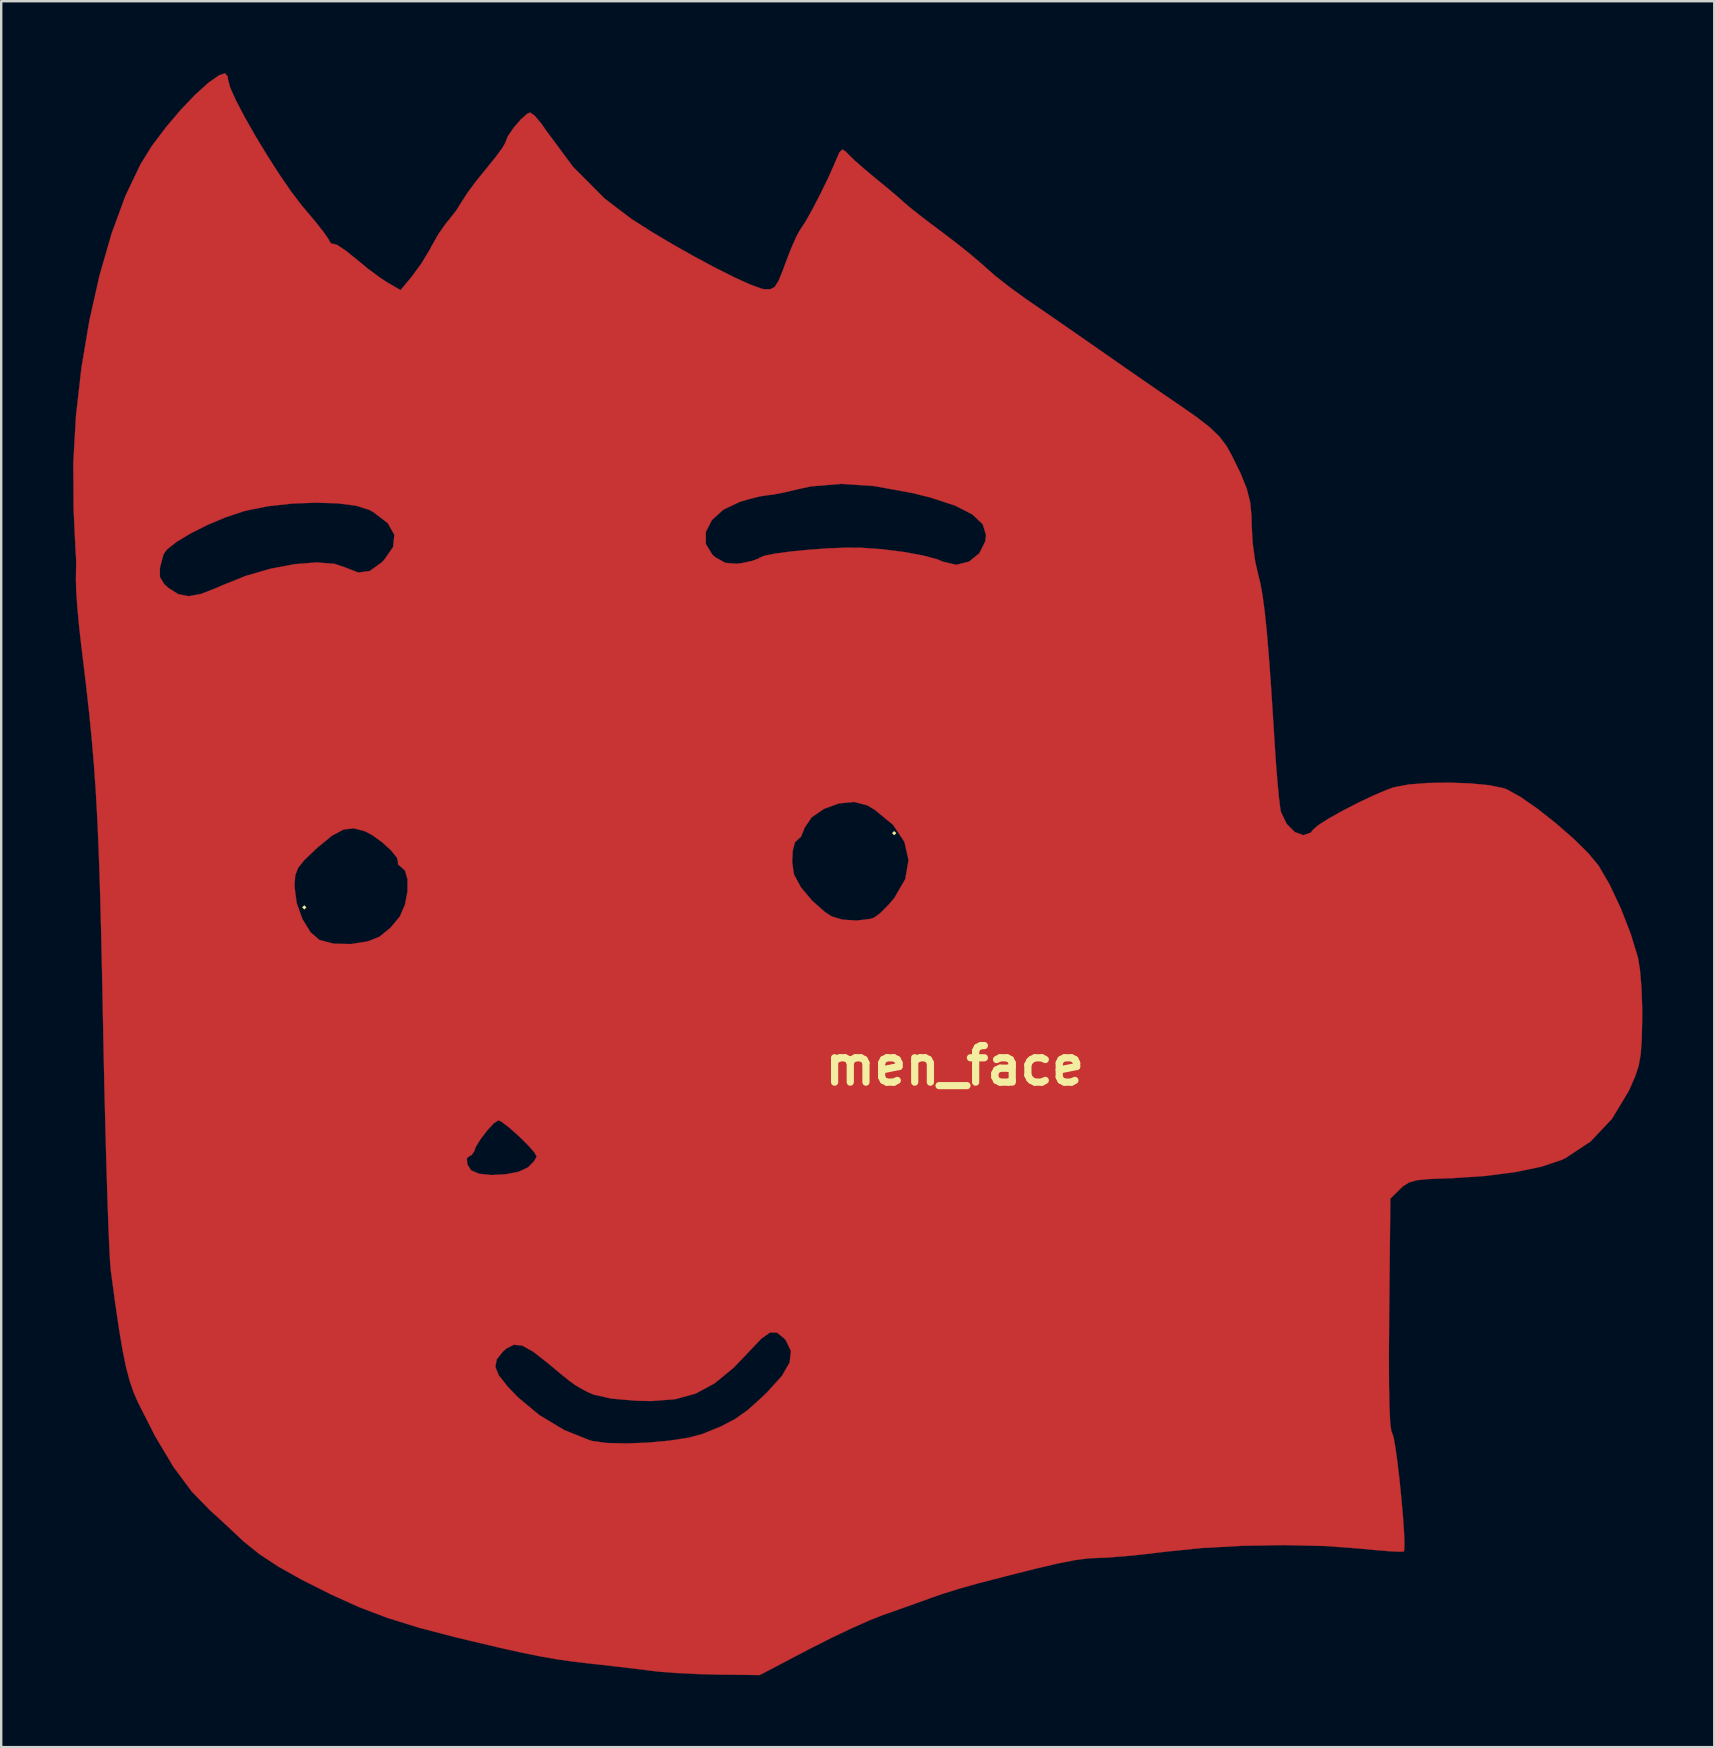
<source format=kicad_pcb>
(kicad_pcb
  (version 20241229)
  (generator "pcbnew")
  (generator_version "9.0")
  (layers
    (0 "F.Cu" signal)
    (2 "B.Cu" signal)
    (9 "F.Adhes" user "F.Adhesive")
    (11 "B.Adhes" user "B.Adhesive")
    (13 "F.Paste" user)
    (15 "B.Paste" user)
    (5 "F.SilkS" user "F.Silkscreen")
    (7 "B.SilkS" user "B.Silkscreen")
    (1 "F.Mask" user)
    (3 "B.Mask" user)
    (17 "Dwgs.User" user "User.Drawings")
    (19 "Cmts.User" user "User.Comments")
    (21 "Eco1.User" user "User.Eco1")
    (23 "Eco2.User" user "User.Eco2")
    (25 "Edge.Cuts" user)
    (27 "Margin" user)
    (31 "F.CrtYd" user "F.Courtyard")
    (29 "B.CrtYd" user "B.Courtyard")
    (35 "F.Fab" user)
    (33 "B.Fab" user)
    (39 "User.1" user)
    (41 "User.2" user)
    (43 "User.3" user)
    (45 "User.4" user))
  (footprint "men_face"
    (layer "F.Cu")
    (at 36.741 41.361)
    (property "Reference" "men_face" (at 0 0 0) (layer "F.SilkS") (effects (font (size 1.524 1.524) (thickness 0.3))))
    (attr through_hole)
    (fp_poly (pts (xy -30.302 -41.222) (xy -30.285 -41.085) (xy -30.197 -40.759) (xy -29.957 -40.224) (xy -29.598 -39.538) (xy -29.155 -38.758) (xy -28.662 -37.943) (xy -28.153 -37.148) (xy -27.662 -36.434) (xy -27.223 -35.856) (xy -27.104 -35.715) (xy -26.655 -35.184) (xy -26.302 -34.735) (xy -26.09 -34.43) (xy -26.051 -34.34) (xy -25.959 -34.238) (xy -25.917 -34.256) (xy -25.735 -34.2) (xy -25.391 -33.973) (xy -24.981 -33.643) (xy -24.462 -33.217) (xy -23.948 -32.835) (xy -23.639 -32.634) (xy -23.098 -32.32) (xy -22.623 -32.89) (xy -22.233 -33.424) (xy -21.873 -34.019) (xy -21.814 -34.135) (xy -21.522 -34.649) (xy -21.204 -35.103) (xy -21.12 -35.202) (xy -20.778 -35.635) (xy -20.53 -36.03) (xy -20.311 -36.371) (xy -19.952 -36.855) (xy -19.529 -37.378) (xy -19.513 -37.398) (xy -19.132 -37.867) (xy -18.852 -38.249) (xy -18.727 -38.47) (xy -18.724 -38.485) (xy -18.624 -38.736) (xy -18.382 -39.088) (xy -18.083 -39.435) (xy -17.814 -39.674) (xy -17.698 -39.722) (xy -17.509 -39.591) (xy -17.23 -39.261) (xy -17.026 -38.965) (xy -15.903 -37.452) (xy -14.591 -36.135) (xy -13.479 -35.289) (xy -12.667 -34.771) (xy -11.776 -34.24) (xy -10.86 -33.723) (xy -9.976 -33.249) (xy -9.177 -32.848) (xy -8.519 -32.55) (xy -8.058 -32.382) (xy -7.928 -32.356) (xy -7.681 -32.359) (xy -7.502 -32.454) (xy -7.343 -32.707) (xy -7.152 -33.178) (xy -7.05 -33.46) (xy -6.822 -34.052) (xy -6.606 -34.543) (xy -6.446 -34.832) (xy -6.437 -34.844) (xy -6.234 -35.15) (xy -5.945 -35.663) (xy -5.618 -36.292) (xy -5.298 -36.946) (xy -5.033 -37.534) (xy -4.976 -37.671) (xy -4.809 -38.059) (xy -4.687 -38.184) (xy -4.537 -38.09) (xy -4.437 -37.982) (xy -4.166 -37.718) (xy -3.733 -37.338) (xy -3.261 -36.946) (xy -2.771 -36.544) (xy -2.353 -36.19) (xy -2.105 -35.967) (xy -1.862 -35.76) (xy -1.429 -35.418) (xy -0.879 -34.998) (xy -0.556 -34.757) (xy 0.078 -34.274) (xy 0.682 -33.79) (xy 1.158 -33.383) (xy 1.301 -33.251) (xy 1.697 -32.906) (xy 2.268 -32.459) (xy 2.913 -31.989) (xy 3.175 -31.807) (xy 3.827 -31.36) (xy 4.642 -30.797) (xy 5.516 -30.191) (xy 6.346 -29.612) (xy 6.35 -29.609) (xy 7.145 -29.055) (xy 7.954 -28.494) (xy 8.686 -27.99) (xy 9.248 -27.607) (xy 9.281 -27.585) (xy 10.067 -27.039) (xy 10.63 -26.601) (xy 11.029 -26.216) (xy 11.322 -25.83) (xy 11.519 -25.481) (xy 11.914 -24.678) (xy 12.167 -24.051) (xy 12.308 -23.5) (xy 12.367 -22.923) (xy 12.374 -22.521) (xy 12.416 -21.773) (xy 12.523 -20.999) (xy 12.634 -20.51) (xy 12.736 -20.102) (xy 12.829 -19.587) (xy 12.916 -18.932) (xy 13.002 -18.103) (xy 13.089 -17.065) (xy 13.182 -15.784) (xy 13.282 -14.226) (xy 13.327 -13.492) (xy 13.387 -12.586) (xy 13.453 -11.77) (xy 13.517 -11.111) (xy 13.573 -10.677) (xy 13.598 -10.561) (xy 13.838 -10.068) (xy 14.171 -9.735) (xy 14.525 -9.602) (xy 14.833 -9.707) (xy 14.931 -9.83) (xy 15.142 -10.016) (xy 15.576 -10.292) (xy 16.158 -10.618) (xy 16.811 -10.955) (xy 17.461 -11.263) (xy 18.03 -11.503) (xy 18.317 -11.602) (xy 18.915 -11.715) (xy 19.703 -11.778) (xy 20.587 -11.793) (xy 21.471 -11.762) (xy 22.258 -11.687) (xy 22.854 -11.568) (xy 23.009 -11.513) (xy 23.586 -11.193) (xy 24.297 -10.697) (xy 25.059 -10.095) (xy 25.791 -9.455) (xy 26.409 -8.846) (xy 26.831 -8.335) (xy 26.831 -8.335) (xy 27.295 -7.54) (xy 27.759 -6.551) (xy 28.17 -5.497) (xy 28.473 -4.505) (xy 28.477 -4.488) (xy 28.558 -3.982) (xy 28.618 -3.262) (xy 28.649 -2.438) (xy 28.649 -1.883) (xy 28.63 -1.061) (xy 28.587 -0.465) (xy 28.503 0.004) (xy 28.358 0.446) (xy 28.133 0.961) (xy 28.086 1.063) (xy 27.39 2.217) (xy 26.499 3.162) (xy 25.459 3.85) (xy 25.273 3.937) (xy 24.454 4.211) (xy 23.379 4.435) (xy 22.115 4.599) (xy 20.728 4.692) (xy 20.458 4.7) (xy 19.733 4.729) (xy 19.252 4.778) (xy 18.933 4.869) (xy 18.695 5.019) (xy 18.562 5.142) (xy 18.154 5.543) (xy 18.105 10.368) (xy 18.094 11.994) (xy 18.098 13.295) (xy 18.117 14.272) (xy 18.151 14.925) (xy 18.2 15.256) (xy 18.224 15.298) (xy 18.288 15.482) (xy 18.366 15.921) (xy 18.451 16.545) (xy 18.537 17.283) (xy 18.616 18.065) (xy 18.681 18.82) (xy 18.726 19.48) (xy 18.743 19.973) (xy 18.725 20.23) (xy 18.716 20.248) (xy 18.534 20.259) (xy 18.099 20.238) (xy 17.481 20.187) (xy 16.933 20.132) (xy 15.446 20.022) (xy 13.76 19.983) (xy 11.996 20.012) (xy 10.274 20.107) (xy 8.743 20.263) (xy 7.897 20.365) (xy 7.086 20.447) (xy 6.411 20.5) (xy 6.029 20.515) (xy 5.555 20.538) (xy 4.995 20.612) (xy 4.288 20.751) (xy 3.373 20.965) (xy 2.605 21.158) (xy 2.14 21.277) (xy 1.511 21.439) (xy 0.977 21.576) (xy 0.244 21.782) (xy -0.525 22.022) (xy -0.977 22.178) (xy -1.626 22.414) (xy -2.394 22.687) (xy -2.969 22.888) (xy -3.536 23.111) (xy -4.293 23.448) (xy -5.148 23.854) (xy -6.004 24.286) (xy -6.097 24.334) (xy -8.129 25.4) (xy -9.885 25.379) (xy -10.737 25.357) (xy -11.588 25.315) (xy -12.311 25.26) (xy -12.619 25.225) (xy -13.232 25.147) (xy -14.031 25.052) (xy -14.878 24.956) (xy -15.201 24.921) (xy -15.919 24.837) (xy -16.6 24.739) (xy -17.31 24.615) (xy -18.113 24.451) (xy -19.073 24.236) (xy -20.256 23.956) (xy -20.836 23.816) (xy -22.343 23.423) (xy -23.631 23.022) (xy -24.805 22.577) (xy -25.971 22.051) (xy -25.978 22.048) (xy -27.216 21.426) (xy -28.2 20.873) (xy -28.985 20.355) (xy -29.628 19.839) (xy -29.804 19.676) (xy -30.293 19.215) (xy -30.768 18.776) (xy -31.025 18.546) (xy -31.801 17.748) (xy -32.56 16.726) (xy -33.324 15.446) (xy -34.04 14.036) (xy -34.227 13.605) (xy -34.389 13.131) (xy -34.538 12.567) (xy -34.54 12.555) (xy -19.147 12.555) (xy -18.998 12.918) (xy -18.625 13.388) (xy -18.209 13.821) (xy -17.314 14.566) (xy -16.28 15.187) (xy -15.239 15.606) (xy -15.096 15.646) (xy -14.503 15.728) (xy -13.698 15.748) (xy -12.787 15.713) (xy -11.878 15.629) (xy -11.076 15.504) (xy -10.502 15.348) (xy -9.734 15.033) (xy -9.148 14.726) (xy -8.626 14.353) (xy -8.05 13.837) (xy -7.811 13.605) (xy -7.205 12.935) (xy -6.881 12.376) (xy -6.827 11.894) (xy -7.035 11.456) (xy -7.108 11.37) (xy -7.409 11.127) (xy -7.705 11.125) (xy -8.062 11.38) (xy -8.341 11.674) (xy -9.21 12.585) (xy -10.004 13.238) (xy -10.793 13.666) (xy -11.649 13.903) (xy -12.643 13.98) (xy -13.27 13.967) (xy -14.303 13.878) (xy -15.035 13.716) (xy -15.29 13.609) (xy -15.584 13.452) (xy -15.812 13.316) (xy -16.05 13.146) (xy -16.372 12.888) (xy -16.855 12.486) (xy -16.97 12.39) (xy -17.576 11.918) (xy -18.024 11.67) (xy -18.374 11.632) (xy -18.687 11.79) (xy -18.843 11.93) (xy -19.089 12.244) (xy -19.147 12.555) (xy -34.54 12.555) (xy -34.682 11.863) (xy -34.831 10.975) (xy -34.995 9.854) (xy -35.171 8.548) (xy -35.203 8.172) (xy -35.238 7.504) (xy -35.276 6.579) (xy -35.316 5.43) (xy -35.357 4.093) (xy -35.364 3.86) (xy -20.336 3.86) (xy -20.314 4.119) (xy -20.157 4.364) (xy -19.831 4.507) (xy -19.313 4.561) (xy -18.721 4.531) (xy -18.175 4.424) (xy -17.793 4.246) (xy -17.788 4.243) (xy -17.524 3.975) (xy -17.422 3.786) (xy -17.535 3.596) (xy -17.82 3.28) (xy -18.195 2.914) (xy -18.578 2.575) (xy -18.888 2.34) (xy -19.021 2.279) (xy -19.21 2.402) (xy -19.485 2.699) (xy -19.766 3.068) (xy -19.971 3.403) (xy -20.027 3.571) (xy -20.144 3.738) (xy -20.19 3.745) (xy -20.336 3.86) (xy -35.364 3.86) (xy -35.398 2.602) (xy -35.438 0.989) (xy -35.475 -0.709) (xy -35.494 -1.71) (xy -35.538 -3.902) (xy -35.581 -5.81) (xy -35.626 -7.455) (xy -27.517 -7.455) (xy -27.426 -6.774) (xy -27.187 -6.106) (xy -26.849 -5.556) (xy -26.477 -5.236) (xy -25.892 -5.082) (xy -25.168 -5.066) (xy -24.458 -5.178) (xy -23.974 -5.372) (xy -23.514 -5.747) (xy -23.131 -6.208) (xy -23.12 -6.226) (xy -22.914 -6.708) (xy -22.808 -7.253) (xy -22.806 -7.76) (xy -22.911 -8.128) (xy -23.038 -8.245) (xy -23.208 -8.391) (xy -23.2 -8.47) (xy -23.204 -8.486) (xy -6.775 -8.486) (xy -6.715 -8.033) (xy -6.687 -7.938) (xy -6.41 -7.428) (xy -5.948 -6.877) (xy -5.405 -6.397) (xy -5.129 -6.217) (xy -4.677 -6.083) (xy -4.086 -6.046) (xy -3.526 -6.114) (xy -3.37 -6.163) (xy -3.108 -6.351) (xy -2.752 -6.71) (xy -2.516 -6.988) (xy -2.062 -7.774) (xy -1.926 -8.562) (xy -2.097 -9.324) (xy -2.57 -10.034) (xy -3.335 -10.664) (xy -3.645 -10.847) (xy -4.192 -10.989) (xy -4.826 -10.928) (xy -5.449 -10.702) (xy -5.962 -10.349) (xy -6.266 -9.906) (xy -6.287 -9.837) (xy -6.408 -9.539) (xy -6.518 -9.444) (xy -6.664 -9.301) (xy -6.754 -8.945) (xy -6.775 -8.486) (xy -23.204 -8.486) (xy -23.249 -8.668) (xy -23.495 -8.972) (xy -23.862 -9.308) (xy -24.275 -9.607) (xy -24.57 -9.763) (xy -25.035 -9.89) (xy -25.471 -9.84) (xy -25.95 -9.586) (xy -26.542 -9.102) (xy -26.662 -8.993) (xy -27.113 -8.559) (xy -27.369 -8.239) (xy -27.486 -7.935) (xy -27.516 -7.551) (xy -27.517 -7.455) (xy -35.626 -7.455) (xy -35.627 -7.476) (xy -35.677 -8.942) (xy -35.733 -10.248) (xy -35.799 -11.438) (xy -35.877 -12.552) (xy -35.969 -13.633) (xy -36.077 -14.721) (xy -36.204 -15.859) (xy -36.352 -17.089) (xy -36.393 -17.422) (xy -36.492 -18.289) (xy -36.569 -19.122) (xy -36.616 -19.822) (xy -36.627 -20.271) (xy -36.619 -20.738) (xy -33.128 -20.738) (xy -33.125 -20.36) (xy -32.952 -20.071) (xy -32.769 -19.906) (xy -32.361 -19.647) (xy -31.934 -19.563) (xy -31.409 -19.658) (xy -30.709 -19.935) (xy -30.552 -20.007) (xy -29.557 -20.407) (xy -28.521 -20.707) (xy -27.511 -20.898) (xy -26.597 -20.97) (xy -25.847 -20.912) (xy -25.4 -20.76) (xy -24.861 -20.55) (xy -24.385 -20.612) (xy -23.894 -20.963) (xy -23.783 -21.074) (xy -23.408 -21.613) (xy -23.355 -22.123) (xy -23.422 -22.24) (xy -10.375 -22.24) (xy -10.375 -21.741) (xy -10.099 -21.289) (xy -9.973 -21.181) (xy -9.561 -20.953) (xy -9.098 -20.916) (xy -8.874 -20.943) (xy -8.444 -21.034) (xy -8.172 -21.135) (xy -8.141 -21.162) (xy -7.933 -21.25) (xy -7.472 -21.34) (xy -6.83 -21.426) (xy -6.08 -21.5) (xy -5.294 -21.556) (xy -4.544 -21.586) (xy -3.908 -21.583) (xy -3.027 -21.521) (xy -2.144 -21.41) (xy -1.35 -21.266) (xy -0.734 -21.103) (xy -0.478 -20.998) (xy 0.064 -20.87) (xy 0.594 -21.005) (xy 1.025 -21.351) (xy 1.273 -21.854) (xy 1.303 -22.115) (xy 1.164 -22.563) (xy 0.74 -22.968) (xy 0.02 -23.337) (xy -1.008 -23.675) (xy -1.765 -23.863) (xy -3.356 -24.153) (xy -4.743 -24.245) (xy -5.982 -24.142) (xy -6.568 -24.016) (xy -7.128 -23.883) (xy -7.594 -23.794) (xy -7.805 -23.772) (xy -8.124 -23.723) (xy -8.617 -23.599) (xy -8.958 -23.496) (xy -9.643 -23.171) (xy -10.123 -22.735) (xy -10.375 -22.24) (xy -23.422 -22.24) (xy -23.627 -22.605) (xy -24.223 -23.063) (xy -24.4 -23.161) (xy -24.937 -23.333) (xy -25.711 -23.433) (xy -26.637 -23.462) (xy -27.635 -23.422) (xy -28.623 -23.312) (xy -29.518 -23.134) (xy -29.623 -23.106) (xy -30.37 -22.859) (xy -31.133 -22.539) (xy -31.845 -22.182) (xy -32.437 -21.825) (xy -32.84 -21.505) (xy -32.978 -21.309) (xy -33.128 -20.738) (xy -36.619 -20.738) (xy -36.618 -20.755) (xy -36.618 -21.087) (xy -36.622 -21.167) (xy -36.634 -21.352) (xy -36.657 -21.796) (xy -36.688 -22.433) (xy -36.722 -23.195) (xy -36.722 -23.202) (xy -36.736 -25.109) (xy -36.624 -27.086) (xy -36.397 -29.083) (xy -36.066 -31.05) (xy -35.643 -32.933) (xy -35.138 -34.683) (xy -34.563 -36.248) (xy -33.928 -37.577) (xy -33.451 -38.344) (xy -32.864 -39.12) (xy -32.246 -39.847) (xy -31.641 -40.478) (xy -31.096 -40.969) (xy -30.656 -41.275) (xy -30.411 -41.356) (xy -30.302 -41.222)) (stroke (width 0.01) (type solid)) (fill yes) (layer "F.Cu"))
    (fp_poly (pts (xy -27.028 -6.594) (xy -27.11 -6.513) (xy -27.191 -6.594) (xy -27.11 -6.676) (xy -27.028 -6.594)) (stroke (width 0.01) (type solid)) (fill yes) (layer "F.SilkS"))
    (fp_poly (pts (xy -2.442 -9.688) (xy -2.524 -9.606) (xy -2.605 -9.688) (xy -2.524 -9.769) (xy -2.442 -9.688)) (stroke (width 0.01) (type solid)) (fill yes) (layer "F.SilkS")))
  (gr_rect
    (start -3 -3)
    (end 68.395 69.766)
    (stroke (width 0.1) (type default))
    (fill no)
    (layer "Edge.Cuts")))
</source>
